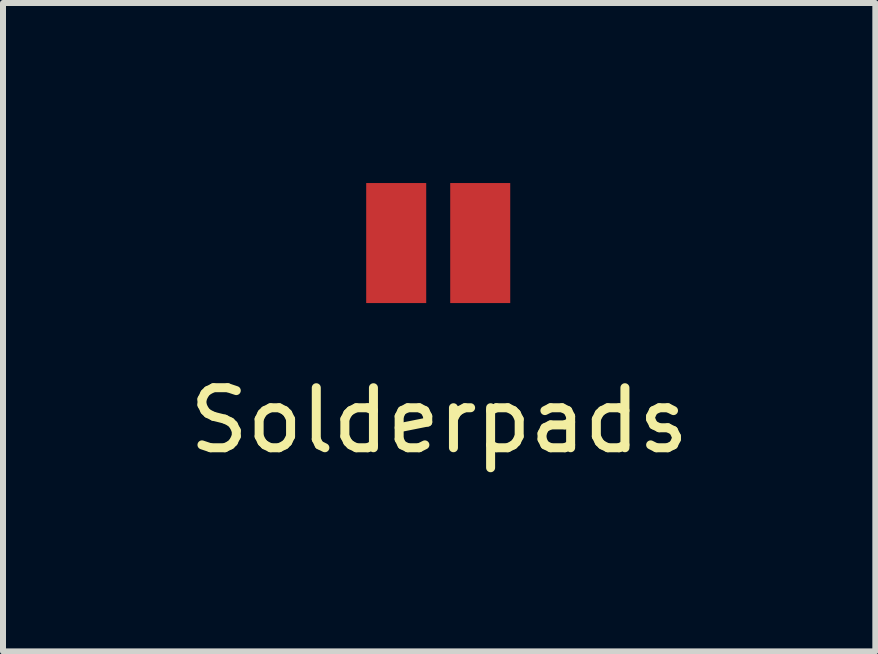
<source format=kicad_pcb>
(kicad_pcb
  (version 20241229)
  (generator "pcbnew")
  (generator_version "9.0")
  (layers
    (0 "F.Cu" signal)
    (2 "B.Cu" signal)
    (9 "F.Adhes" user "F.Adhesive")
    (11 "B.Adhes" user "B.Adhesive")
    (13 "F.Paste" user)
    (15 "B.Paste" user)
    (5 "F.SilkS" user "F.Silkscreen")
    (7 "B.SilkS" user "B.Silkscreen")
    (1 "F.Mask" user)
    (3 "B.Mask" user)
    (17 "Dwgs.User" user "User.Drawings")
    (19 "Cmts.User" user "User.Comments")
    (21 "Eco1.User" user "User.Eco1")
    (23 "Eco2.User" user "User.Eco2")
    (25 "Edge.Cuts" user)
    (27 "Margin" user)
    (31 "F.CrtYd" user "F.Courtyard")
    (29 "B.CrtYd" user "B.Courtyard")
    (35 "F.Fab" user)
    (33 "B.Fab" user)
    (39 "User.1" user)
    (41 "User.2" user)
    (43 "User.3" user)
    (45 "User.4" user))
  (footprint "Solderpads"
    (layer "F.Cu")
    (at 4.268 3.456)
    (property "Reference" "Solderpads" (at 0 0.5 0) (layer "F.SilkS") (effects (font (size 1 1) (thickness 0.15))))
    (attr through_hole)
    (pad "1" smd rect (at -0.716 -2.456) (size 1 2) (layers "F.Cu" "F.Mask" "F.Paste"))
    (pad "2" smd rect (at 0.684 -2.456) (size 1 2) (layers "F.Cu" "F.Mask" "F.Paste")))
  (gr_rect
    (start -3 -3)
    (end 11.536 7.804)
    (stroke (width 0.1) (type default))
    (fill no)
    (layer "Edge.Cuts")))
</source>
